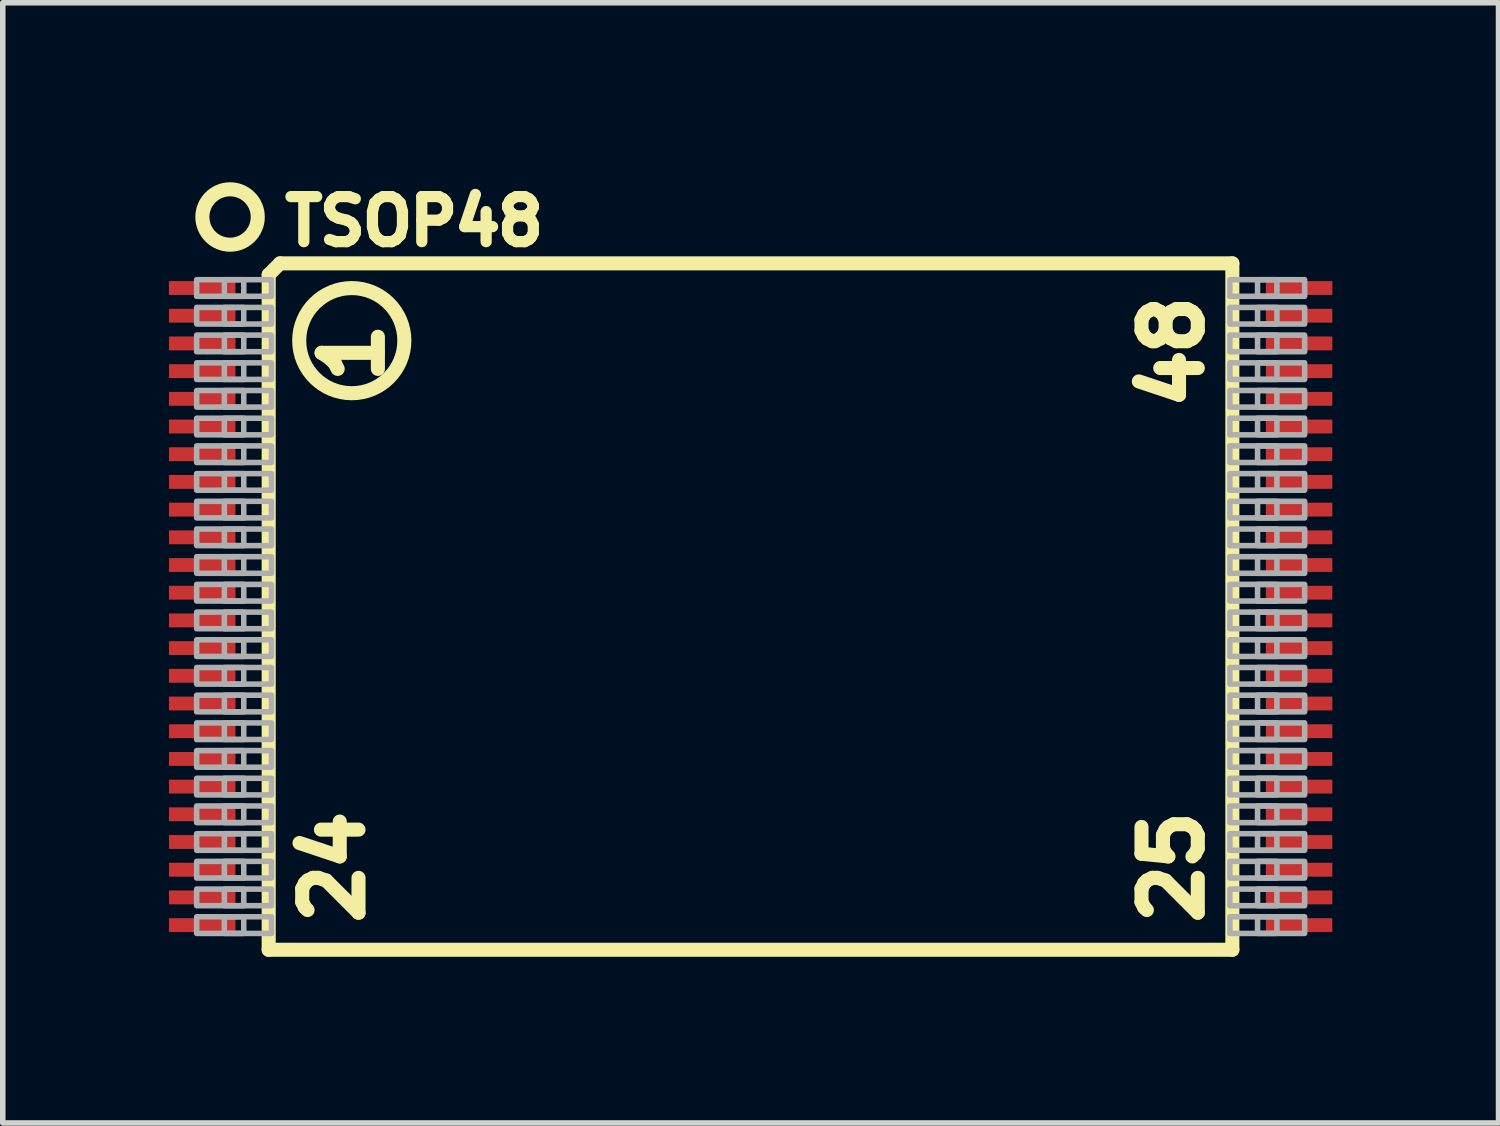
<source format=kicad_pcb>
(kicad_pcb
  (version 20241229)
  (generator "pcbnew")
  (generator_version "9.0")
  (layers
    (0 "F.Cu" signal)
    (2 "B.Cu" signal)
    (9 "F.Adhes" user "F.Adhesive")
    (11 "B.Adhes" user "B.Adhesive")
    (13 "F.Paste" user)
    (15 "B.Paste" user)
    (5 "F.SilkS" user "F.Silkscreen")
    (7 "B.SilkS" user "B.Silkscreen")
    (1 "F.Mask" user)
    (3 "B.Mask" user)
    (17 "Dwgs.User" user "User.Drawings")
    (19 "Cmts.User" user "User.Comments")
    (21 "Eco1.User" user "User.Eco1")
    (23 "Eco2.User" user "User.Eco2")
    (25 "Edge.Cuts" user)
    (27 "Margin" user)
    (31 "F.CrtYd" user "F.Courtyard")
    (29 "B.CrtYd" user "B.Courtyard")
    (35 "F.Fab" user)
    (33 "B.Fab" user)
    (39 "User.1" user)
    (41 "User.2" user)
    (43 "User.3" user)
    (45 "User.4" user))
  (footprint "TSOP48"
    (layer "F.Cu")
    (at 10.5 7.899)
    (property "Reference" "TSOP48" (at -8.509 -6.477 0) (unlocked yes) (layer "F.SilkS") (effects (font (size 0.813 0.813) (thickness 0.203)) (justify left bottom)))
    (fp_line (start -8.7 -5.99) (end -8.495 -6.195) (stroke (width 0.254) (type solid)) (layer "F.SilkS"))
    (fp_line (start -8.7 6.195) (end -8.7 -5.99) (stroke (width 0.254) (type solid)) (layer "F.SilkS"))
    (fp_line (start -8.495 -6.195) (end 8.695 -6.195) (stroke (width 0.254) (type solid)) (layer "F.SilkS"))
    (fp_line (start 8.695 -6.195) (end 8.695 6.195) (stroke (width 0.254) (type solid)) (layer "F.SilkS"))
    (fp_line (start 8.695 6.195) (end -8.7 6.195) (stroke (width 0.254) (type solid)) (layer "F.SilkS"))
    (fp_circle (center -9.397 -7.032) (end -8.897 -7.032) (stroke (width 0.254) (type solid)) (fill no) (layer "F.SilkS"))
    (fp_circle (center -7.2 -4.8) (end -6.251 -4.8) (stroke (width 0.254) (type solid)) (fill no) (layer "F.SilkS"))
    (fp_poly (pts (xy -10 -5.9) (xy -10 -5.6) (xy -9.15 -5.6) (xy -9.15 -5.9)) (stroke (width 0.1) (type default)) (fill no) (layer "F.Fab"))
    (fp_poly (pts (xy -10 -5.4) (xy -10 -5.1) (xy -9.15 -5.1) (xy -9.15 -5.4)) (stroke (width 0.1) (type default)) (fill no) (layer "F.Fab"))
    (fp_poly (pts (xy -10 -4.9) (xy -10 -4.6) (xy -9.15 -4.6) (xy -9.15 -4.9)) (stroke (width 0.1) (type default)) (fill no) (layer "F.Fab"))
    (fp_poly (pts (xy -10 -4.4) (xy -10 -4.1) (xy -9.15 -4.1) (xy -9.15 -4.4)) (stroke (width 0.1) (type default)) (fill no) (layer "F.Fab"))
    (fp_poly (pts (xy -10 -3.9) (xy -10 -3.6) (xy -9.15 -3.6) (xy -9.15 -3.9)) (stroke (width 0.1) (type default)) (fill no) (layer "F.Fab"))
    (fp_poly (pts (xy -10 -3.4) (xy -10 -3.1) (xy -9.15 -3.1) (xy -9.15 -3.4)) (stroke (width 0.1) (type default)) (fill no) (layer "F.Fab"))
    (fp_poly (pts (xy -10 -2.9) (xy -10 -2.6) (xy -9.15 -2.6) (xy -9.15 -2.9)) (stroke (width 0.1) (type default)) (fill no) (layer "F.Fab"))
    (fp_poly (pts (xy -10 -2.4) (xy -10 -2.1) (xy -9.15 -2.1) (xy -9.15 -2.4)) (stroke (width 0.1) (type default)) (fill no) (layer "F.Fab"))
    (fp_poly (pts (xy -10 -1.9) (xy -10 -1.6) (xy -9.15 -1.6) (xy -9.15 -1.9)) (stroke (width 0.1) (type default)) (fill no) (layer "F.Fab"))
    (fp_poly (pts (xy -10 -1.4) (xy -10 -1.1) (xy -9.15 -1.1) (xy -9.15 -1.4)) (stroke (width 0.1) (type default)) (fill no) (layer "F.Fab"))
    (fp_poly (pts (xy -10 -0.9) (xy -10 -0.6) (xy -9.15 -0.6) (xy -9.15 -0.9)) (stroke (width 0.1) (type default)) (fill no) (layer "F.Fab"))
    (fp_poly (pts (xy -10 -0.4) (xy -10 -0.1) (xy -9.15 -0.1) (xy -9.15 -0.4)) (stroke (width 0.1) (type default)) (fill no) (layer "F.Fab"))
    (fp_poly (pts (xy -10 0.1) (xy -10 0.4) (xy -9.15 0.4) (xy -9.15 0.1)) (stroke (width 0.1) (type default)) (fill no) (layer "F.Fab"))
    (fp_poly (pts (xy -10 0.6) (xy -10 0.9) (xy -9.15 0.9) (xy -9.15 0.6)) (stroke (width 0.1) (type default)) (fill no) (layer "F.Fab"))
    (fp_poly (pts (xy -10 1.1) (xy -10 1.4) (xy -9.15 1.4) (xy -9.15 1.1)) (stroke (width 0.1) (type default)) (fill no) (layer "F.Fab"))
    (fp_poly (pts (xy -10 1.6) (xy -10 1.9) (xy -9.15 1.9) (xy -9.15 1.6)) (stroke (width 0.1) (type default)) (fill no) (layer "F.Fab"))
    (fp_poly (pts (xy -10 2.1) (xy -10 2.4) (xy -9.15 2.4) (xy -9.15 2.1)) (stroke (width 0.1) (type default)) (fill no) (layer "F.Fab"))
    (fp_poly (pts (xy -10 2.6) (xy -10 2.9) (xy -9.15 2.9) (xy -9.15 2.6)) (stroke (width 0.1) (type default)) (fill no) (layer "F.Fab"))
    (fp_poly (pts (xy -10 3.1) (xy -10 3.4) (xy -9.15 3.4) (xy -9.15 3.1)) (stroke (width 0.1) (type default)) (fill no) (layer "F.Fab"))
    (fp_poly (pts (xy -10 3.6) (xy -10 3.9) (xy -9.15 3.9) (xy -9.15 3.6)) (stroke (width 0.1) (type default)) (fill no) (layer "F.Fab"))
    (fp_poly (pts (xy -10 4.1) (xy -10 4.4) (xy -9.15 4.4) (xy -9.15 4.1)) (stroke (width 0.1) (type default)) (fill no) (layer "F.Fab"))
    (fp_poly (pts (xy -10 4.6) (xy -10 4.9) (xy -9.15 4.9) (xy -9.15 4.6)) (stroke (width 0.1) (type default)) (fill no) (layer "F.Fab"))
    (fp_poly (pts (xy -10 5.1) (xy -10 5.4) (xy -9.15 5.4) (xy -9.15 5.1)) (stroke (width 0.1) (type default)) (fill no) (layer "F.Fab"))
    (fp_poly (pts (xy -10 5.6) (xy -10 5.9) (xy -9.15 5.9) (xy -9.15 5.6)) (stroke (width 0.1) (type default)) (fill no) (layer "F.Fab"))
    (fp_poly (pts (xy -9.5 -5.9) (xy -9.5 -5.6) (xy -8.65 -5.6) (xy -8.65 -5.9)) (stroke (width 0.1) (type default)) (fill no) (layer "F.Fab"))
    (fp_poly (pts (xy -9.5 -5.4) (xy -9.5 -5.1) (xy -8.65 -5.1) (xy -8.65 -5.4)) (stroke (width 0.1) (type default)) (fill no) (layer "F.Fab"))
    (fp_poly (pts (xy -9.5 -4.9) (xy -9.5 -4.6) (xy -8.65 -4.6) (xy -8.65 -4.9)) (stroke (width 0.1) (type default)) (fill no) (layer "F.Fab"))
    (fp_poly (pts (xy -9.5 -4.4) (xy -9.5 -4.1) (xy -8.65 -4.1) (xy -8.65 -4.4)) (stroke (width 0.1) (type default)) (fill no) (layer "F.Fab"))
    (fp_poly (pts (xy -9.5 -3.9) (xy -9.5 -3.6) (xy -8.65 -3.6) (xy -8.65 -3.9)) (stroke (width 0.1) (type default)) (fill no) (layer "F.Fab"))
    (fp_poly (pts (xy -9.5 -3.4) (xy -9.5 -3.1) (xy -8.65 -3.1) (xy -8.65 -3.4)) (stroke (width 0.1) (type default)) (fill no) (layer "F.Fab"))
    (fp_poly (pts (xy -9.5 -2.9) (xy -9.5 -2.6) (xy -8.65 -2.6) (xy -8.65 -2.9)) (stroke (width 0.1) (type default)) (fill no) (layer "F.Fab"))
    (fp_poly (pts (xy -9.5 -2.4) (xy -9.5 -2.1) (xy -8.65 -2.1) (xy -8.65 -2.4)) (stroke (width 0.1) (type default)) (fill no) (layer "F.Fab"))
    (fp_poly (pts (xy -9.5 -1.9) (xy -9.5 -1.6) (xy -8.65 -1.6) (xy -8.65 -1.9)) (stroke (width 0.1) (type default)) (fill no) (layer "F.Fab"))
    (fp_poly (pts (xy -9.5 -1.4) (xy -9.5 -1.1) (xy -8.65 -1.1) (xy -8.65 -1.4)) (stroke (width 0.1) (type default)) (fill no) (layer "F.Fab"))
    (fp_poly (pts (xy -9.5 -0.9) (xy -9.5 -0.6) (xy -8.65 -0.6) (xy -8.65 -0.9)) (stroke (width 0.1) (type default)) (fill no) (layer "F.Fab"))
    (fp_poly (pts (xy -9.5 -0.4) (xy -9.5 -0.1) (xy -8.65 -0.1) (xy -8.65 -0.4)) (stroke (width 0.1) (type default)) (fill no) (layer "F.Fab"))
    (fp_poly (pts (xy -9.5 0.1) (xy -9.5 0.4) (xy -8.65 0.4) (xy -8.65 0.1)) (stroke (width 0.1) (type default)) (fill no) (layer "F.Fab"))
    (fp_poly (pts (xy -9.5 0.6) (xy -9.5 0.9) (xy -8.65 0.9) (xy -8.65 0.6)) (stroke (width 0.1) (type default)) (fill no) (layer "F.Fab"))
    (fp_poly (pts (xy -9.5 1.1) (xy -9.5 1.4) (xy -8.65 1.4) (xy -8.65 1.1)) (stroke (width 0.1) (type default)) (fill no) (layer "F.Fab"))
    (fp_poly (pts (xy -9.5 1.6) (xy -9.5 1.9) (xy -8.65 1.9) (xy -8.65 1.6)) (stroke (width 0.1) (type default)) (fill no) (layer "F.Fab"))
    (fp_poly (pts (xy -9.5 2.1) (xy -9.5 2.4) (xy -8.65 2.4) (xy -8.65 2.1)) (stroke (width 0.1) (type default)) (fill no) (layer "F.Fab"))
    (fp_poly (pts (xy -9.5 2.6) (xy -9.5 2.9) (xy -8.65 2.9) (xy -8.65 2.6)) (stroke (width 0.1) (type default)) (fill no) (layer "F.Fab"))
    (fp_poly (pts (xy -9.5 3.1) (xy -9.5 3.4) (xy -8.65 3.4) (xy -8.65 3.1)) (stroke (width 0.1) (type default)) (fill no) (layer "F.Fab"))
    (fp_poly (pts (xy -9.5 3.6) (xy -9.5 3.9) (xy -8.65 3.9) (xy -8.65 3.6)) (stroke (width 0.1) (type default)) (fill no) (layer "F.Fab"))
    (fp_poly (pts (xy -9.5 4.1) (xy -9.5 4.4) (xy -8.65 4.4) (xy -8.65 4.1)) (stroke (width 0.1) (type default)) (fill no) (layer "F.Fab"))
    (fp_poly (pts (xy -9.5 4.6) (xy -9.5 4.9) (xy -8.65 4.9) (xy -8.65 4.6)) (stroke (width 0.1) (type default)) (fill no) (layer "F.Fab"))
    (fp_poly (pts (xy -9.5 5.1) (xy -9.5 5.4) (xy -8.65 5.4) (xy -8.65 5.1)) (stroke (width 0.1) (type default)) (fill no) (layer "F.Fab"))
    (fp_poly (pts (xy -9.5 5.6) (xy -9.5 5.9) (xy -8.65 5.9) (xy -8.65 5.6)) (stroke (width 0.1) (type default)) (fill no) (layer "F.Fab"))
    (fp_poly (pts (xy 8.65 -5.9) (xy 8.65 -5.6) (xy 9.5 -5.6) (xy 9.5 -5.9)) (stroke (width 0.1) (type default)) (fill no) (layer "F.Fab"))
    (fp_poly (pts (xy 8.65 -5.4) (xy 8.65 -5.1) (xy 9.5 -5.1) (xy 9.5 -5.4)) (stroke (width 0.1) (type default)) (fill no) (layer "F.Fab"))
    (fp_poly (pts (xy 8.65 -4.9) (xy 8.65 -4.6) (xy 9.5 -4.6) (xy 9.5 -4.9)) (stroke (width 0.1) (type default)) (fill no) (layer "F.Fab"))
    (fp_poly (pts (xy 8.65 -4.4) (xy 8.65 -4.1) (xy 9.5 -4.1) (xy 9.5 -4.4)) (stroke (width 0.1) (type default)) (fill no) (layer "F.Fab"))
    (fp_poly (pts (xy 8.65 -3.9) (xy 8.65 -3.6) (xy 9.5 -3.6) (xy 9.5 -3.9)) (stroke (width 0.1) (type default)) (fill no) (layer "F.Fab"))
    (fp_poly (pts (xy 8.65 -3.4) (xy 8.65 -3.1) (xy 9.5 -3.1) (xy 9.5 -3.4)) (stroke (width 0.1) (type default)) (fill no) (layer "F.Fab"))
    (fp_poly (pts (xy 8.65 -2.9) (xy 8.65 -2.6) (xy 9.5 -2.6) (xy 9.5 -2.9)) (stroke (width 0.1) (type default)) (fill no) (layer "F.Fab"))
    (fp_poly (pts (xy 8.65 -2.4) (xy 8.65 -2.1) (xy 9.5 -2.1) (xy 9.5 -2.4)) (stroke (width 0.1) (type default)) (fill no) (layer "F.Fab"))
    (fp_poly (pts (xy 8.65 -1.9) (xy 8.65 -1.6) (xy 9.5 -1.6) (xy 9.5 -1.9)) (stroke (width 0.1) (type default)) (fill no) (layer "F.Fab"))
    (fp_poly (pts (xy 8.65 -1.4) (xy 8.65 -1.1) (xy 9.5 -1.1) (xy 9.5 -1.4)) (stroke (width 0.1) (type default)) (fill no) (layer "F.Fab"))
    (fp_poly (pts (xy 8.65 -0.9) (xy 8.65 -0.6) (xy 9.5 -0.6) (xy 9.5 -0.9)) (stroke (width 0.1) (type default)) (fill no) (layer "F.Fab"))
    (fp_poly (pts (xy 8.65 -0.4) (xy 8.65 -0.1) (xy 9.5 -0.1) (xy 9.5 -0.4)) (stroke (width 0.1) (type default)) (fill no) (layer "F.Fab"))
    (fp_poly (pts (xy 8.65 0.1) (xy 8.65 0.4) (xy 9.5 0.4) (xy 9.5 0.1)) (stroke (width 0.1) (type default)) (fill no) (layer "F.Fab"))
    (fp_poly (pts (xy 8.65 0.6) (xy 8.65 0.9) (xy 9.5 0.9) (xy 9.5 0.6)) (stroke (width 0.1) (type default)) (fill no) (layer "F.Fab"))
    (fp_poly (pts (xy 8.65 1.1) (xy 8.65 1.4) (xy 9.5 1.4) (xy 9.5 1.1)) (stroke (width 0.1) (type default)) (fill no) (layer "F.Fab"))
    (fp_poly (pts (xy 8.65 1.6) (xy 8.65 1.9) (xy 9.5 1.9) (xy 9.5 1.6)) (stroke (width 0.1) (type default)) (fill no) (layer "F.Fab"))
    (fp_poly (pts (xy 8.65 2.1) (xy 8.65 2.4) (xy 9.5 2.4) (xy 9.5 2.1)) (stroke (width 0.1) (type default)) (fill no) (layer "F.Fab"))
    (fp_poly (pts (xy 8.65 2.6) (xy 8.65 2.9) (xy 9.5 2.9) (xy 9.5 2.6)) (stroke (width 0.1) (type default)) (fill no) (layer "F.Fab"))
    (fp_poly (pts (xy 8.65 3.1) (xy 8.65 3.4) (xy 9.5 3.4) (xy 9.5 3.1)) (stroke (width 0.1) (type default)) (fill no) (layer "F.Fab"))
    (fp_poly (pts (xy 8.65 3.6) (xy 8.65 3.9) (xy 9.5 3.9) (xy 9.5 3.6)) (stroke (width 0.1) (type default)) (fill no) (layer "F.Fab"))
    (fp_poly (pts (xy 8.65 4.1) (xy 8.65 4.4) (xy 9.5 4.4) (xy 9.5 4.1)) (stroke (width 0.1) (type default)) (fill no) (layer "F.Fab"))
    (fp_poly (pts (xy 8.65 4.6) (xy 8.65 4.9) (xy 9.5 4.9) (xy 9.5 4.6)) (stroke (width 0.1) (type default)) (fill no) (layer "F.Fab"))
    (fp_poly (pts (xy 8.65 5.1) (xy 8.65 5.4) (xy 9.5 5.4) (xy 9.5 5.1)) (stroke (width 0.1) (type default)) (fill no) (layer "F.Fab"))
    (fp_poly (pts (xy 8.65 5.6) (xy 8.65 5.9) (xy 9.5 5.9) (xy 9.5 5.6)) (stroke (width 0.1) (type default)) (fill no) (layer "F.Fab"))
    (fp_poly (pts (xy 9.15 -5.9) (xy 9.15 -5.6) (xy 10 -5.6) (xy 10 -5.9)) (stroke (width 0.1) (type default)) (fill no) (layer "F.Fab"))
    (fp_poly (pts (xy 9.15 -5.4) (xy 9.15 -5.1) (xy 10 -5.1) (xy 10 -5.4)) (stroke (width 0.1) (type default)) (fill no) (layer "F.Fab"))
    (fp_poly (pts (xy 9.15 -4.9) (xy 9.15 -4.6) (xy 10 -4.6) (xy 10 -4.9)) (stroke (width 0.1) (type default)) (fill no) (layer "F.Fab"))
    (fp_poly (pts (xy 9.15 -4.4) (xy 9.15 -4.1) (xy 10 -4.1) (xy 10 -4.4)) (stroke (width 0.1) (type default)) (fill no) (layer "F.Fab"))
    (fp_poly (pts (xy 9.15 -3.9) (xy 9.15 -3.6) (xy 10 -3.6) (xy 10 -3.9)) (stroke (width 0.1) (type default)) (fill no) (layer "F.Fab"))
    (fp_poly (pts (xy 9.15 -3.4) (xy 9.15 -3.1) (xy 10 -3.1) (xy 10 -3.4)) (stroke (width 0.1) (type default)) (fill no) (layer "F.Fab"))
    (fp_poly (pts (xy 9.15 -2.9) (xy 9.15 -2.6) (xy 10 -2.6) (xy 10 -2.9)) (stroke (width 0.1) (type default)) (fill no) (layer "F.Fab"))
    (fp_poly (pts (xy 9.15 -2.4) (xy 9.15 -2.1) (xy 10 -2.1) (xy 10 -2.4)) (stroke (width 0.1) (type default)) (fill no) (layer "F.Fab"))
    (fp_poly (pts (xy 9.15 -1.9) (xy 9.15 -1.6) (xy 10 -1.6) (xy 10 -1.9)) (stroke (width 0.1) (type default)) (fill no) (layer "F.Fab"))
    (fp_poly (pts (xy 9.15 -1.4) (xy 9.15 -1.1) (xy 10 -1.1) (xy 10 -1.4)) (stroke (width 0.1) (type default)) (fill no) (layer "F.Fab"))
    (fp_poly (pts (xy 9.15 -0.9) (xy 9.15 -0.6) (xy 10 -0.6) (xy 10 -0.9)) (stroke (width 0.1) (type default)) (fill no) (layer "F.Fab"))
    (fp_poly (pts (xy 9.15 -0.4) (xy 9.15 -0.1) (xy 10 -0.1) (xy 10 -0.4)) (stroke (width 0.1) (type default)) (fill no) (layer "F.Fab"))
    (fp_poly (pts (xy 9.15 0.1) (xy 9.15 0.4) (xy 10 0.4) (xy 10 0.1)) (stroke (width 0.1) (type default)) (fill no) (layer "F.Fab"))
    (fp_poly (pts (xy 9.15 0.6) (xy 9.15 0.9) (xy 10 0.9) (xy 10 0.6)) (stroke (width 0.1) (type default)) (fill no) (layer "F.Fab"))
    (fp_poly (pts (xy 9.15 1.1) (xy 9.15 1.4) (xy 10 1.4) (xy 10 1.1)) (stroke (width 0.1) (type default)) (fill no) (layer "F.Fab"))
    (fp_poly (pts (xy 9.15 1.6) (xy 9.15 1.9) (xy 10 1.9) (xy 10 1.6)) (stroke (width 0.1) (type default)) (fill no) (layer "F.Fab"))
    (fp_poly (pts (xy 9.15 2.1) (xy 9.15 2.4) (xy 10 2.4) (xy 10 2.1)) (stroke (width 0.1) (type default)) (fill no) (layer "F.Fab"))
    (fp_poly (pts (xy 9.15 2.6) (xy 9.15 2.9) (xy 10 2.9) (xy 10 2.6)) (stroke (width 0.1) (type default)) (fill no) (layer "F.Fab"))
    (fp_poly (pts (xy 9.15 3.1) (xy 9.15 3.4) (xy 10 3.4) (xy 10 3.1)) (stroke (width 0.1) (type default)) (fill no) (layer "F.Fab"))
    (fp_poly (pts (xy 9.15 3.6) (xy 9.15 3.9) (xy 10 3.9) (xy 10 3.6)) (stroke (width 0.1) (type default)) (fill no) (layer "F.Fab"))
    (fp_poly (pts (xy 9.15 4.1) (xy 9.15 4.4) (xy 10 4.4) (xy 10 4.1)) (stroke (width 0.1) (type default)) (fill no) (layer "F.Fab"))
    (fp_poly (pts (xy 9.15 4.6) (xy 9.15 4.9) (xy 10 4.9) (xy 10 4.6)) (stroke (width 0.1) (type default)) (fill no) (layer "F.Fab"))
    (fp_poly (pts (xy 9.15 5.1) (xy 9.15 5.4) (xy 10 5.4) (xy 10 5.1)) (stroke (width 0.1) (type default)) (fill no) (layer "F.Fab"))
    (fp_poly (pts (xy 9.15 5.6) (xy 9.15 5.9) (xy 10 5.9) (xy 10 5.6)) (stroke (width 0.1) (type default)) (fill no) (layer "F.Fab"))
    (fp_text user "25" (at 7.02 3.569 90) (layer "F.SilkS") (effects (font (size 1.016 1.016) (thickness 0.254)) (justify right top)))
    (fp_text user "48" (at 7.02 -5.731 90) (layer "F.SilkS") (effects (font (size 1.016 1.016) (thickness 0.254)) (justify right top)))
    (fp_text user "24" (at -8.13 3.569 90) (layer "F.SilkS") (effects (font (size 1.016 1.016) (thickness 0.254)) (justify right top)))
    (fp_text user "1" (at -7.78 -5.231 90) (layer "F.SilkS") (effects (font (size 1.016 1.016) (thickness 0.254)) (justify right top)))
    (pad "1" smd rect (at -9.9 -5.75 270) (size 0.25 1.2) (layers "F.Cu" "F.Mask" "F.Paste"))
    (pad "2" smd rect (at -9.9 -5.25 270) (size 0.25 1.2) (layers "F.Cu" "F.Mask" "F.Paste"))
    (pad "3" smd rect (at -9.9 -4.75 270) (size 0.25 1.2) (layers "F.Cu" "F.Mask" "F.Paste"))
    (pad "4" smd rect (at -9.9 -4.25 270) (size 0.25 1.2) (layers "F.Cu" "F.Mask" "F.Paste"))
    (pad "5" smd rect (at -9.9 -3.75 270) (size 0.25 1.2) (layers "F.Cu" "F.Mask" "F.Paste"))
    (pad "6" smd rect (at -9.9 -3.25 270) (size 0.25 1.2) (layers "F.Cu" "F.Mask" "F.Paste"))
    (pad "7" smd rect (at -9.9 -2.75 270) (size 0.25 1.2) (layers "F.Cu" "F.Mask" "F.Paste"))
    (pad "8" smd rect (at -9.9 -2.25 270) (size 0.25 1.2) (layers "F.Cu" "F.Mask" "F.Paste"))
    (pad "9" smd rect (at -9.9 -1.75 270) (size 0.25 1.2) (layers "F.Cu" "F.Mask" "F.Paste"))
    (pad "10" smd rect (at -9.9 -1.25 270) (size 0.25 1.2) (layers "F.Cu" "F.Mask" "F.Paste"))
    (pad "11" smd rect (at -9.9 -0.75 270) (size 0.25 1.2) (layers "F.Cu" "F.Mask" "F.Paste"))
    (pad "12" smd rect (at -9.9 -0.25 270) (size 0.25 1.2) (layers "F.Cu" "F.Mask" "F.Paste"))
    (pad "13" smd rect (at -9.9 0.25 270) (size 0.25 1.2) (layers "F.Cu" "F.Mask" "F.Paste"))
    (pad "14" smd rect (at -9.9 0.75 270) (size 0.25 1.2) (layers "F.Cu" "F.Mask" "F.Paste"))
    (pad "15" smd rect (at -9.9 1.25 270) (size 0.25 1.2) (layers "F.Cu" "F.Mask" "F.Paste"))
    (pad "16" smd rect (at -9.9 1.75 270) (size 0.25 1.2) (layers "F.Cu" "F.Mask" "F.Paste"))
    (pad "17" smd rect (at -9.9 2.25 270) (size 0.25 1.2) (layers "F.Cu" "F.Mask" "F.Paste"))
    (pad "18" smd rect (at -9.9 2.75 270) (size 0.25 1.2) (layers "F.Cu" "F.Mask" "F.Paste"))
    (pad "19" smd rect (at -9.9 3.25 270) (size 0.25 1.2) (layers "F.Cu" "F.Mask" "F.Paste"))
    (pad "20" smd rect (at -9.9 3.75 270) (size 0.25 1.2) (layers "F.Cu" "F.Mask" "F.Paste"))
    (pad "21" smd rect (at -9.9 4.25 270) (size 0.25 1.2) (layers "F.Cu" "F.Mask" "F.Paste"))
    (pad "22" smd rect (at -9.9 4.75 270) (size 0.25 1.2) (layers "F.Cu" "F.Mask" "F.Paste"))
    (pad "23" smd rect (at -9.9 5.25 270) (size 0.25 1.2) (layers "F.Cu" "F.Mask" "F.Paste"))
    (pad "24" smd rect (at -9.9 5.75 270) (size 0.25 1.2) (layers "F.Cu" "F.Mask" "F.Paste"))
    (pad "25" smd rect (at 9.9 5.75 270) (size 0.25 1.2) (layers "F.Cu" "F.Mask" "F.Paste"))
    (pad "26" smd rect (at 9.9 5.25 270) (size 0.25 1.2) (layers "F.Cu" "F.Mask" "F.Paste"))
    (pad "27" smd rect (at 9.9 4.75 270) (size 0.25 1.2) (layers "F.Cu" "F.Mask" "F.Paste"))
    (pad "28" smd rect (at 9.9 4.25 270) (size 0.25 1.2) (layers "F.Cu" "F.Mask" "F.Paste"))
    (pad "29" smd rect (at 9.9 3.75 270) (size 0.25 1.2) (layers "F.Cu" "F.Mask" "F.Paste"))
    (pad "30" smd rect (at 9.9 3.25 270) (size 0.25 1.2) (layers "F.Cu" "F.Mask" "F.Paste"))
    (pad "31" smd rect (at 9.9 2.75 270) (size 0.25 1.2) (layers "F.Cu" "F.Mask" "F.Paste"))
    (pad "32" smd rect (at 9.9 2.25 270) (size 0.25 1.2) (layers "F.Cu" "F.Mask" "F.Paste"))
    (pad "33" smd rect (at 9.9 1.75 270) (size 0.25 1.2) (layers "F.Cu" "F.Mask" "F.Paste"))
    (pad "34" smd rect (at 9.9 1.25 270) (size 0.25 1.2) (layers "F.Cu" "F.Mask" "F.Paste"))
    (pad "35" smd rect (at 9.9 0.75 270) (size 0.25 1.2) (layers "F.Cu" "F.Mask" "F.Paste"))
    (pad "36" smd rect (at 9.9 0.25 270) (size 0.25 1.2) (layers "F.Cu" "F.Mask" "F.Paste"))
    (pad "37" smd rect (at 9.9 -0.25 270) (size 0.25 1.2) (layers "F.Cu" "F.Mask" "F.Paste"))
    (pad "38" smd rect (at 9.9 -0.75 270) (size 0.25 1.2) (layers "F.Cu" "F.Mask" "F.Paste"))
    (pad "39" smd rect (at 9.9 -1.25 270) (size 0.25 1.2) (layers "F.Cu" "F.Mask" "F.Paste"))
    (pad "40" smd rect (at 9.9 -1.75 270) (size 0.25 1.2) (layers "F.Cu" "F.Mask" "F.Paste"))
    (pad "41" smd rect (at 9.9 -2.25 270) (size 0.25 1.2) (layers "F.Cu" "F.Mask" "F.Paste"))
    (pad "42" smd rect (at 9.9 -2.75 270) (size 0.25 1.2) (layers "F.Cu" "F.Mask" "F.Paste"))
    (pad "43" smd rect (at 9.9 -3.25 270) (size 0.25 1.2) (layers "F.Cu" "F.Mask" "F.Paste"))
    (pad "44" smd rect (at 9.9 -3.75 270) (size 0.25 1.2) (layers "F.Cu" "F.Mask" "F.Paste"))
    (pad "45" smd rect (at 9.9 -4.25 270) (size 0.25 1.2) (layers "F.Cu" "F.Mask" "F.Paste"))
    (pad "46" smd rect (at 9.9 -4.75 270) (size 0.25 1.2) (layers "F.Cu" "F.Mask" "F.Paste"))
    (pad "47" smd rect (at 9.9 -5.25 270) (size 0.25 1.2) (layers "F.Cu" "F.Mask" "F.Paste"))
    (pad "48" smd rect (at 9.9 -5.75 270) (size 0.25 1.2) (layers "F.Cu" "F.Mask" "F.Paste")))
  (gr_rect
    (start -3 -3)
    (end 24 17.221)
    (stroke (width 0.1) (type default))
    (fill no)
    (layer "Edge.Cuts")))
</source>
